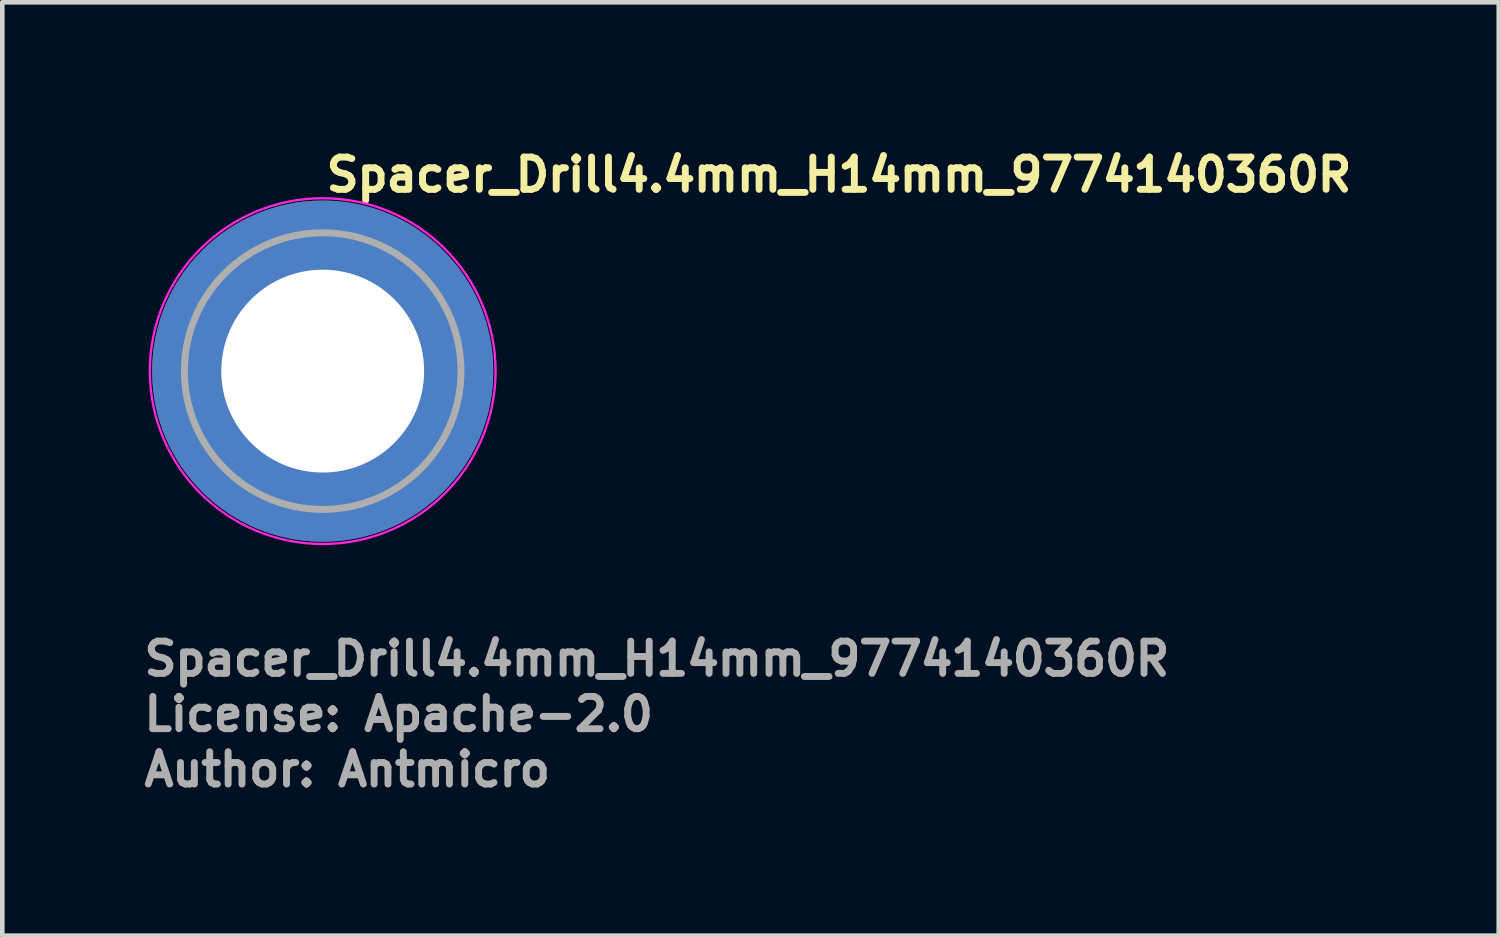
<source format=kicad_pcb>
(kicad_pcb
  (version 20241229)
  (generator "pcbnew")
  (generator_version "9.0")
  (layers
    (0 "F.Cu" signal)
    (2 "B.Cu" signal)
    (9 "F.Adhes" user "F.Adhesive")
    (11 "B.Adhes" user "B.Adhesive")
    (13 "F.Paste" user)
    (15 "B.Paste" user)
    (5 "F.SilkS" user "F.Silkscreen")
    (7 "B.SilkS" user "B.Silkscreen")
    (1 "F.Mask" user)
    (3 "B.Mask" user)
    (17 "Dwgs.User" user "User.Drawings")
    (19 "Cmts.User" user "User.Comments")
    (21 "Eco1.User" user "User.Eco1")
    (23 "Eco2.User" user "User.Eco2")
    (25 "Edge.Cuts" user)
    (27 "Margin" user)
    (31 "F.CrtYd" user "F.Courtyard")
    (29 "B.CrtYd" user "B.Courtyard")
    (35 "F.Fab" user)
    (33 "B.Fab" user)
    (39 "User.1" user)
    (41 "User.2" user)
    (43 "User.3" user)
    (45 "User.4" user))
  (footprint "Spacer_Drill4.4mm_H14mm_9774140360R"
    (layer "F.Cu")
    (at 3.95 5)
    (property "Reference" "Spacer_Drill4.4mm_H14mm_9774140360R" (at 0 -3.85 0) (layer "F.SilkS") (effects (font (size 0.7 0.7) (thickness 0.15)) (justify left bottom)))
    (attr smd)
    (fp_circle (center 0 0) (end 3.75 0) (stroke (width 0.05) (type solid)) (fill no) (layer "F.CrtYd"))
    (fp_circle (center 0 0) (end 3 0) (stroke (width 0.15) (type solid)) (fill no) (layer "F.Fab"))
    (fp_circle (center 0 0) (end 1.2 0) (stroke (width 0.02) (type default)) (fill no) (layer "User.9"))
    (fp_circle (center 0 0) (end 3 0) (stroke (width 0.02) (type default)) (fill no) (layer "User.9"))
    (fp_text user "${REFERENCE}" (at -3.95 6.65 0) (layer "F.Fab") (effects (font (size 0.7 0.7) (thickness 0.15)) (justify left bottom)))
    (fp_text user "Author: Antmicro" (at -3.95 9.05 0) (layer "F.Fab") (effects (font (size 0.7 0.7) (thickness 0.15)) (justify left bottom)))
    (fp_text user "License: Apache-2.0" (at -3.95 7.85 0) (layer "F.Fab") (effects (font (size 0.7 0.7) (thickness 0.15)) (justify left bottom)))
    (pad "" smd custom (at -2.1 -2.1) (size 0.7 0.7) (layers "F.Paste") (options (anchor circle)) (primitives (gr_arc (start -0.377294 1.707681) (mid 0.317578 0.318818) (end 1.705945 -0.377044) (width 0.2)) (gr_arc (start -0.478281 1.707681) (mid 0.244583 0.250396) (end 1.699539 -0.477144) (width 0.2)) (gr_arc (start -0.579192 1.707681) (mid 0.173852 0.179706) (end 1.699475 -0.57809) (width 0.2)) (gr_arc (start -0.680037 1.707681) (mid 0.102165 0.109975) (end 1.696729 -0.678615) (width 0.2)) (gr_arc (start -0.780822 1.707681) (mid 0.031098 0.039621) (end 1.695722 -0.779322) (width 0.2)) (gr_arc (start -0.881554 1.707681) (mid -0.041167 -0.029528) (end 1.691343 -0.879562) (width 0.2)) (gr_arc (start -0.982237 1.707681) (mid -0.109168 -0.10296) (end 1.69896 -0.98122) (width 0.2)) (gr_arc (start -1.082877 1.707681) (mid -0.184209 -0.16932) (end 1.686763 -1.080475) (width 0.2)) (gr_arc (start -1.183476 1.707681) (mid -0.252982 -0.241979) (end 1.692214 -1.181768) (width 0.2)) (gr_arc (start -1.28404 1.707681) (mid -0.319065 -0.317332) (end 1.705244 -1.283783) (width 0.2)) (gr_line (start 1.708 -0.377) (end 1.708 -1.284) (width 0.2)) (gr_line (start -0.377 1.708) (end -1.284 1.708) (width 0.2))))
    (pad "" smd custom (at -2.1 2.1) (size 0.7 0.7) (layers "F.Paste") (options (anchor circle)) (primitives (gr_arc (start 1.707681 0.377294) (mid 0.318818 -0.317578) (end -0.377044 -1.705945) (width 0.2)) (gr_arc (start 1.707681 0.478281) (mid 0.250396 -0.244583) (end -0.477144 -1.699539) (width 0.2)) (gr_arc (start 1.707681 0.579192) (mid 0.179706 -0.173852) (end -0.57809 -1.699475) (width 0.2)) (gr_arc (start 1.707681 0.680037) (mid 0.109975 -0.102165) (end -0.678615 -1.696729) (width 0.2)) (gr_arc (start 1.707681 0.780822) (mid 0.039621 -0.031098) (end -0.779322 -1.695722) (width 0.2)) (gr_arc (start 1.707681 0.881554) (mid -0.029528 0.041167) (end -0.879562 -1.691343) (width 0.2)) (gr_arc (start 1.707681 0.982237) (mid -0.10485 0.107282) (end -0.981842 -1.704264) (width 0.2)) (gr_arc (start 1.707681 1.082877) (mid -0.169319 0.18421) (end -1.080475 -1.686759) (width 0.2)) (gr_arc (start 1.707681 1.183476) (mid -0.241979 0.252982) (end -1.181768 -1.692214) (width 0.2)) (gr_arc (start 1.707681 1.28404) (mid -0.315258 0.321134) (end -1.283164 -1.699417) (width 0.2)) (gr_line (start -0.377 -1.708) (end -1.284 -1.708) (width 0.2)) (gr_line (start 1.708 0.377) (end 1.708 1.284) (width 0.2))))
    (pad "" smd custom (at 2.1 -2.1) (size 0.7 0.7) (layers "F.Paste") (options (anchor circle)) (primitives (gr_arc (start -1.707681 -0.377294) (mid -0.318817 0.317579) (end 0.377044 1.705947) (width 0.2)) (gr_arc (start -1.707681 -0.478281) (mid -0.248815 0.24616) (end 0.477764 1.703961) (width 0.2)) (gr_arc (start -1.707681 -0.579192) (mid -0.182997 0.170578) (end 0.576824 1.690278) (width 0.2)) (gr_arc (start -1.707681 -0.680037) (mid -0.113388 0.098771) (end 0.67734 1.687185) (width 0.2)) (gr_arc (start -1.707681 -0.780822) (mid -0.039621 0.031098) (end 0.779322 1.695722) (width 0.2)) (gr_arc (start -1.707681 -0.881554) (mid 0.031359 -0.039345) (end 0.880198 1.696469) (width 0.2)) (gr_arc (start -1.707681 -0.982237) (mid 0.101068 -0.111053) (end 0.98059 1.693657) (width 0.2)) (gr_arc (start -1.707681 -1.082877) (mid 0.16932 -0.184209) (end 1.080475 1.686763) (width 0.2)) (gr_arc (start -1.707681 -1.183476) (mid 0.243995 -0.250974) (end 1.182402 1.69787) (width 0.2)) (gr_arc (start -1.707681 -1.28404) (mid 0.315257 -0.321134) (end 1.283162 1.699417) (width 0.2)) (gr_line (start 0.377 1.708) (end 1.284 1.708) (width 0.2)) (gr_line (start -1.708 -0.377) (end -1.708 -1.284) (width 0.2))))
    (pad "" smd custom (at 2.1 2.1) (size 0.7 0.7) (layers "F.Paste") (options (anchor circle)) (primitives (gr_arc (start 0.377294 -1.707681) (mid -0.317579 -0.318817) (end -1.705947 0.377044) (width 0.2)) (gr_arc (start 0.478281 -1.707681) (mid -0.24616 -0.248815) (end -1.703961 0.477764) (width 0.2)) (gr_arc (start 0.579192 -1.707681) (mid -0.170578 -0.182997) (end -1.690278 0.576824) (width 0.2)) (gr_arc (start 0.680037 -1.707681) (mid -0.098771 -0.113388) (end -1.687185 0.67734) (width 0.2)) (gr_arc (start 0.780822 -1.707681) (mid -0.031098 -0.039621) (end -1.695722 0.779322) (width 0.2)) (gr_arc (start 0.881554 -1.707681) (mid 0.039345 0.031359) (end -1.696469 0.880198) (width 0.2)) (gr_arc (start 0.982237 -1.707681) (mid 0.111053 0.101068) (end -1.693657 0.98059) (width 0.2)) (gr_arc (start 1.082877 -1.707681) (mid 0.184209 0.16932) (end -1.686763 1.080475) (width 0.2)) (gr_arc (start 1.183476 -1.707681) (mid 0.250974 0.243995) (end -1.69787 1.182402) (width 0.2)) (gr_arc (start 1.28404 -1.707681) (mid 0.321134 0.315257) (end -1.699417 1.283162) (width 0.2)) (gr_line (start -1.708 0.377) (end -1.708 1.284) (width 0.2)) (gr_line (start 0.377 -1.708) (end 1.284 -1.708) (width 0.2))))
    (pad "1" thru_hole circle (at 0 0) (size 7.4 7.4) (drill 4.4) (layers "*.Cu" "*.Mask")))
  (gr_rect
    (start -3 -3)
    (end 29.46 17.245)
    (stroke (width 0.1) (type default))
    (fill no)
    (layer "Edge.Cuts")))
</source>
